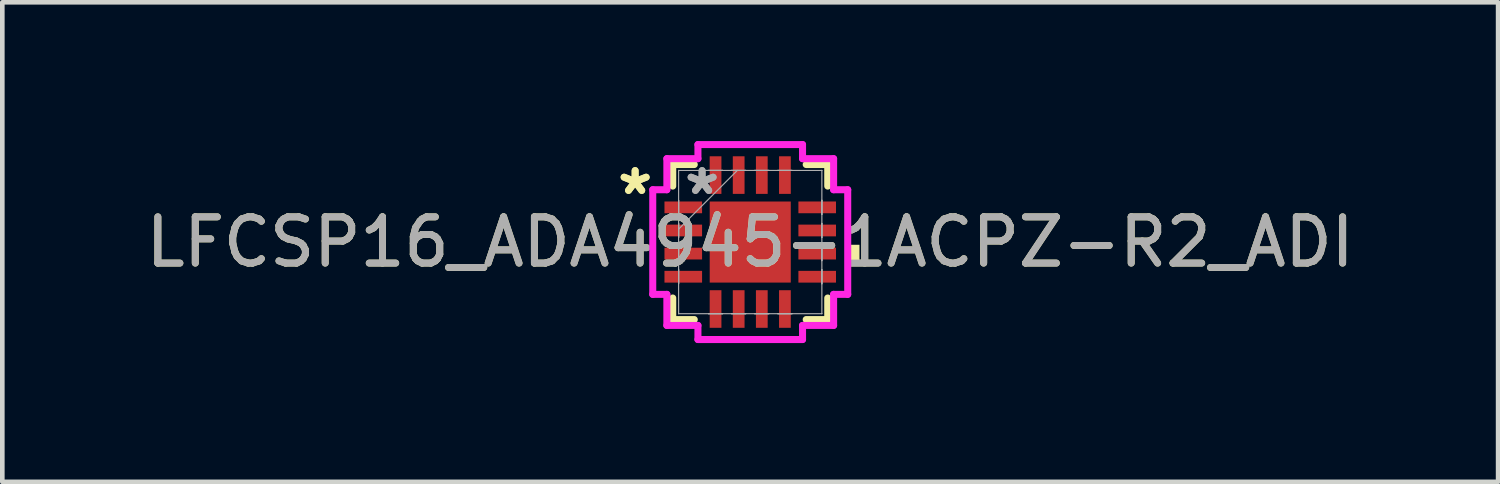
<source format=kicad_pcb>
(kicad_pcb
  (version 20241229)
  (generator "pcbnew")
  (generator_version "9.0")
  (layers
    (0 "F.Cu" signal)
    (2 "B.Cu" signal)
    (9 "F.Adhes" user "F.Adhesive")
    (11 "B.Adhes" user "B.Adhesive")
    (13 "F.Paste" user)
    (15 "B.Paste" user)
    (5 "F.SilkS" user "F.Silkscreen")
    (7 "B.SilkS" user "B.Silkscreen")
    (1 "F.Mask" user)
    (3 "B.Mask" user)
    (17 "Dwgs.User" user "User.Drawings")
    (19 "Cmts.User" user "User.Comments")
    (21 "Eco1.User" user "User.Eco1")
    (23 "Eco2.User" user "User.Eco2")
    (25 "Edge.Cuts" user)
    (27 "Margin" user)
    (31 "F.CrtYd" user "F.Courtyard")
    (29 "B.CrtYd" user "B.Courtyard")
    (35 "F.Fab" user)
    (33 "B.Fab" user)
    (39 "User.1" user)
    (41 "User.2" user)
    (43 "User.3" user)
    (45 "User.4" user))
  (footprint "LFCSP16_ADA4945-1ACPZ-R2_ADI"
    (layer "F.Cu")
    (at 13.173 2.184)
    (property "Reference" "LFCSP16_ADA4945-1ACPZ-R2_ADI" (at 0 0 0) (unlocked yes) (layer "F.SilkS") (effects (font (size 1 1) (thickness 0.15))))
    (attr smd)
    (fp_line (start -1.676 -1.676) (end -1.676 -1.21) (stroke (width 0.152) (type solid)) (layer "F.SilkS"))
    (fp_line (start -1.676 1.21) (end -1.676 1.676) (stroke (width 0.152) (type solid)) (layer "F.SilkS"))
    (fp_line (start -1.676 1.676) (end -1.21 1.676) (stroke (width 0.152) (type solid)) (layer "F.SilkS"))
    (fp_line (start -1.21 -1.676) (end -1.676 -1.676) (stroke (width 0.152) (type solid)) (layer "F.SilkS"))
    (fp_line (start 1.21 1.676) (end 1.676 1.676) (stroke (width 0.152) (type solid)) (layer "F.SilkS"))
    (fp_line (start 1.676 -1.676) (end 1.21 -1.676) (stroke (width 0.152) (type solid)) (layer "F.SilkS"))
    (fp_line (start 1.676 -1.21) (end 1.676 -1.676) (stroke (width 0.152) (type solid)) (layer "F.SilkS"))
    (fp_line (start 1.676 1.676) (end 1.676 1.21) (stroke (width 0.152) (type solid)) (layer "F.SilkS"))
    (fp_poly (pts (xy 2.362 0.059) (xy 2.362 0.441) (xy 2.108 0.441) (xy 2.108 0.059)) (stroke (width 0) (type solid)) (fill yes) (layer "F.SilkS"))
    (fp_line (start -2.108 -1.131) (end -1.803 -1.131) (stroke (width 0.152) (type solid)) (layer "F.CrtYd"))
    (fp_line (start -2.108 1.131) (end -2.108 -1.131) (stroke (width 0.152) (type solid)) (layer "F.CrtYd"))
    (fp_line (start -1.803 -1.803) (end -1.131 -1.803) (stroke (width 0.152) (type solid)) (layer "F.CrtYd"))
    (fp_line (start -1.803 -1.131) (end -1.803 -1.803) (stroke (width 0.152) (type solid)) (layer "F.CrtYd"))
    (fp_line (start -1.803 1.131) (end -2.108 1.131) (stroke (width 0.152) (type solid)) (layer "F.CrtYd"))
    (fp_line (start -1.803 1.803) (end -1.803 1.131) (stroke (width 0.152) (type solid)) (layer "F.CrtYd"))
    (fp_line (start -1.131 -2.108) (end 1.131 -2.108) (stroke (width 0.152) (type solid)) (layer "F.CrtYd"))
    (fp_line (start -1.131 -1.803) (end -1.131 -2.108) (stroke (width 0.152) (type solid)) (layer "F.CrtYd"))
    (fp_line (start -1.131 1.803) (end -1.803 1.803) (stroke (width 0.152) (type solid)) (layer "F.CrtYd"))
    (fp_line (start -1.131 2.108) (end -1.131 1.803) (stroke (width 0.152) (type solid)) (layer "F.CrtYd"))
    (fp_line (start 1.131 -2.108) (end 1.131 -1.803) (stroke (width 0.152) (type solid)) (layer "F.CrtYd"))
    (fp_line (start 1.131 -1.803) (end 1.803 -1.803) (stroke (width 0.152) (type solid)) (layer "F.CrtYd"))
    (fp_line (start 1.131 1.803) (end 1.131 2.108) (stroke (width 0.152) (type solid)) (layer "F.CrtYd"))
    (fp_line (start 1.131 2.108) (end -1.131 2.108) (stroke (width 0.152) (type solid)) (layer "F.CrtYd"))
    (fp_line (start 1.803 -1.803) (end 1.803 -1.131) (stroke (width 0.152) (type solid)) (layer "F.CrtYd"))
    (fp_line (start 1.803 -1.131) (end 2.108 -1.131) (stroke (width 0.152) (type solid)) (layer "F.CrtYd"))
    (fp_line (start 1.803 1.131) (end 1.803 1.803) (stroke (width 0.152) (type solid)) (layer "F.CrtYd"))
    (fp_line (start 1.803 1.803) (end 1.131 1.803) (stroke (width 0.152) (type solid)) (layer "F.CrtYd"))
    (fp_line (start 2.108 -1.131) (end 2.108 1.131) (stroke (width 0.152) (type solid)) (layer "F.CrtYd"))
    (fp_line (start 2.108 1.131) (end 1.803 1.131) (stroke (width 0.152) (type solid)) (layer "F.CrtYd"))
    (fp_line (start -1.549 -1.549) (end -1.549 -1.549) (stroke (width 0.025) (type solid)) (layer "F.Fab"))
    (fp_line (start -1.549 -1.549) (end -1.549 1.549) (stroke (width 0.025) (type solid)) (layer "F.Fab"))
    (fp_line (start -1.549 -0.902) (end -1.549 -0.902) (stroke (width 0.025) (type solid)) (layer "F.Fab"))
    (fp_line (start -1.549 -0.902) (end -1.549 -0.598) (stroke (width 0.025) (type solid)) (layer "F.Fab"))
    (fp_line (start -1.549 -0.598) (end -1.549 -0.902) (stroke (width 0.025) (type solid)) (layer "F.Fab"))
    (fp_line (start -1.549 -0.598) (end -1.549 -0.598) (stroke (width 0.025) (type solid)) (layer "F.Fab"))
    (fp_line (start -1.549 -0.402) (end -1.549 -0.402) (stroke (width 0.025) (type solid)) (layer "F.Fab"))
    (fp_line (start -1.549 -0.402) (end -1.549 -0.098) (stroke (width 0.025) (type solid)) (layer "F.Fab"))
    (fp_line (start -1.549 -0.279) (end -0.279 -1.549) (stroke (width 0.025) (type solid)) (layer "F.Fab"))
    (fp_line (start -1.549 -0.098) (end -1.549 -0.402) (stroke (width 0.025) (type solid)) (layer "F.Fab"))
    (fp_line (start -1.549 -0.098) (end -1.549 -0.098) (stroke (width 0.025) (type solid)) (layer "F.Fab"))
    (fp_line (start -1.549 0.098) (end -1.549 0.098) (stroke (width 0.025) (type solid)) (layer "F.Fab"))
    (fp_line (start -1.549 0.098) (end -1.549 0.402) (stroke (width 0.025) (type solid)) (layer "F.Fab"))
    (fp_line (start -1.549 0.402) (end -1.549 0.098) (stroke (width 0.025) (type solid)) (layer "F.Fab"))
    (fp_line (start -1.549 0.402) (end -1.549 0.402) (stroke (width 0.025) (type solid)) (layer "F.Fab"))
    (fp_line (start -1.549 0.598) (end -1.549 0.598) (stroke (width 0.025) (type solid)) (layer "F.Fab"))
    (fp_line (start -1.549 0.598) (end -1.549 0.902) (stroke (width 0.025) (type solid)) (layer "F.Fab"))
    (fp_line (start -1.549 0.902) (end -1.549 0.598) (stroke (width 0.025) (type solid)) (layer "F.Fab"))
    (fp_line (start -1.549 0.902) (end -1.549 0.902) (stroke (width 0.025) (type solid)) (layer "F.Fab"))
    (fp_line (start -1.549 1.549) (end -1.549 1.549) (stroke (width 0.025) (type solid)) (layer "F.Fab"))
    (fp_line (start -1.549 1.549) (end 1.549 1.549) (stroke (width 0.025) (type solid)) (layer "F.Fab"))
    (fp_line (start -0.902 -1.549) (end -0.902 -1.549) (stroke (width 0.025) (type solid)) (layer "F.Fab"))
    (fp_line (start -0.902 -1.549) (end -0.598 -1.549) (stroke (width 0.025) (type solid)) (layer "F.Fab"))
    (fp_line (start -0.902 1.549) (end -0.902 1.549) (stroke (width 0.025) (type solid)) (layer "F.Fab"))
    (fp_line (start -0.902 1.549) (end -0.598 1.549) (stroke (width 0.025) (type solid)) (layer "F.Fab"))
    (fp_line (start -0.598 -1.549) (end -0.902 -1.549) (stroke (width 0.025) (type solid)) (layer "F.Fab"))
    (fp_line (start -0.598 -1.549) (end -0.598 -1.549) (stroke (width 0.025) (type solid)) (layer "F.Fab"))
    (fp_line (start -0.598 1.549) (end -0.902 1.549) (stroke (width 0.025) (type solid)) (layer "F.Fab"))
    (fp_line (start -0.598 1.549) (end -0.598 1.549) (stroke (width 0.025) (type solid)) (layer "F.Fab"))
    (fp_line (start -0.402 -1.549) (end -0.402 -1.549) (stroke (width 0.025) (type solid)) (layer "F.Fab"))
    (fp_line (start -0.402 -1.549) (end -0.098 -1.549) (stroke (width 0.025) (type solid)) (layer "F.Fab"))
    (fp_line (start -0.402 1.549) (end -0.402 1.549) (stroke (width 0.025) (type solid)) (layer "F.Fab"))
    (fp_line (start -0.402 1.549) (end -0.098 1.549) (stroke (width 0.025) (type solid)) (layer "F.Fab"))
    (fp_line (start -0.098 -1.549) (end -0.402 -1.549) (stroke (width 0.025) (type solid)) (layer "F.Fab"))
    (fp_line (start -0.098 -1.549) (end -0.098 -1.549) (stroke (width 0.025) (type solid)) (layer "F.Fab"))
    (fp_line (start -0.098 1.549) (end -0.402 1.549) (stroke (width 0.025) (type solid)) (layer "F.Fab"))
    (fp_line (start -0.098 1.549) (end -0.098 1.549) (stroke (width 0.025) (type solid)) (layer "F.Fab"))
    (fp_line (start 0.098 -1.549) (end 0.098 -1.549) (stroke (width 0.025) (type solid)) (layer "F.Fab"))
    (fp_line (start 0.098 -1.549) (end 0.402 -1.549) (stroke (width 0.025) (type solid)) (layer "F.Fab"))
    (fp_line (start 0.098 1.549) (end 0.098 1.549) (stroke (width 0.025) (type solid)) (layer "F.Fab"))
    (fp_line (start 0.098 1.549) (end 0.402 1.549) (stroke (width 0.025) (type solid)) (layer "F.Fab"))
    (fp_line (start 0.402 -1.549) (end 0.098 -1.549) (stroke (width 0.025) (type solid)) (layer "F.Fab"))
    (fp_line (start 0.402 -1.549) (end 0.402 -1.549) (stroke (width 0.025) (type solid)) (layer "F.Fab"))
    (fp_line (start 0.402 1.549) (end 0.098 1.549) (stroke (width 0.025) (type solid)) (layer "F.Fab"))
    (fp_line (start 0.402 1.549) (end 0.402 1.549) (stroke (width 0.025) (type solid)) (layer "F.Fab"))
    (fp_line (start 0.598 -1.549) (end 0.598 -1.549) (stroke (width 0.025) (type solid)) (layer "F.Fab"))
    (fp_line (start 0.598 -1.549) (end 0.902 -1.549) (stroke (width 0.025) (type solid)) (layer "F.Fab"))
    (fp_line (start 0.598 1.549) (end 0.598 1.549) (stroke (width 0.025) (type solid)) (layer "F.Fab"))
    (fp_line (start 0.598 1.549) (end 0.902 1.549) (stroke (width 0.025) (type solid)) (layer "F.Fab"))
    (fp_line (start 0.902 -1.549) (end 0.598 -1.549) (stroke (width 0.025) (type solid)) (layer "F.Fab"))
    (fp_line (start 0.902 -1.549) (end 0.902 -1.549) (stroke (width 0.025) (type solid)) (layer "F.Fab"))
    (fp_line (start 0.902 1.549) (end 0.598 1.549) (stroke (width 0.025) (type solid)) (layer "F.Fab"))
    (fp_line (start 0.902 1.549) (end 0.902 1.549) (stroke (width 0.025) (type solid)) (layer "F.Fab"))
    (fp_line (start 1.549 -1.549) (end -1.549 -1.549) (stroke (width 0.025) (type solid)) (layer "F.Fab"))
    (fp_line (start 1.549 -1.549) (end 1.549 -1.549) (stroke (width 0.025) (type solid)) (layer "F.Fab"))
    (fp_line (start 1.549 -0.902) (end 1.549 -0.902) (stroke (width 0.025) (type solid)) (layer "F.Fab"))
    (fp_line (start 1.549 -0.902) (end 1.549 -0.598) (stroke (width 0.025) (type solid)) (layer "F.Fab"))
    (fp_line (start 1.549 -0.598) (end 1.549 -0.902) (stroke (width 0.025) (type solid)) (layer "F.Fab"))
    (fp_line (start 1.549 -0.598) (end 1.549 -0.598) (stroke (width 0.025) (type solid)) (layer "F.Fab"))
    (fp_line (start 1.549 -0.402) (end 1.549 -0.402) (stroke (width 0.025) (type solid)) (layer "F.Fab"))
    (fp_line (start 1.549 -0.402) (end 1.549 -0.098) (stroke (width 0.025) (type solid)) (layer "F.Fab"))
    (fp_line (start 1.549 -0.098) (end 1.549 -0.402) (stroke (width 0.025) (type solid)) (layer "F.Fab"))
    (fp_line (start 1.549 -0.098) (end 1.549 -0.098) (stroke (width 0.025) (type solid)) (layer "F.Fab"))
    (fp_line (start 1.549 0.098) (end 1.549 0.098) (stroke (width 0.025) (type solid)) (layer "F.Fab"))
    (fp_line (start 1.549 0.098) (end 1.549 0.402) (stroke (width 0.025) (type solid)) (layer "F.Fab"))
    (fp_line (start 1.549 0.402) (end 1.549 0.098) (stroke (width 0.025) (type solid)) (layer "F.Fab"))
    (fp_line (start 1.549 0.402) (end 1.549 0.402) (stroke (width 0.025) (type solid)) (layer "F.Fab"))
    (fp_line (start 1.549 0.598) (end 1.549 0.598) (stroke (width 0.025) (type solid)) (layer "F.Fab"))
    (fp_line (start 1.549 0.598) (end 1.549 0.902) (stroke (width 0.025) (type solid)) (layer "F.Fab"))
    (fp_line (start 1.549 0.902) (end 1.549 0.598) (stroke (width 0.025) (type solid)) (layer "F.Fab"))
    (fp_line (start 1.549 0.902) (end 1.549 0.902) (stroke (width 0.025) (type solid)) (layer "F.Fab"))
    (fp_line (start 1.549 1.549) (end 1.549 -1.549) (stroke (width 0.025) (type solid)) (layer "F.Fab"))
    (fp_line (start 1.549 1.549) (end 1.549 1.549) (stroke (width 0.025) (type solid)) (layer "F.Fab"))
    (fp_text user "*" (at -2.489 -1 0) (unlocked yes) (layer "F.SilkS") (effects (font (size 1 1) (thickness 0.15))))
    (fp_text user "*" (at -2.489 -1 0) (layer "F.SilkS") (effects (font (size 1 1) (thickness 0.15))))
    (fp_text user "${REFERENCE}" (at 0 0 0) (unlocked yes) (layer "F.Fab") (effects (font (size 1 1) (thickness 0.15))))
    (fp_text user "*" (at -1.041 -1 0) (unlocked yes) (layer "F.Fab") (effects (font (size 1 1) (thickness 0.15))))
    (fp_text user "*" (at -1.041 -1 0) (layer "F.Fab") (effects (font (size 1 1) (thickness 0.15))))
    (pad "1" smd rect (at -1.448 -0.75 90) (size 0.254 0.813) (layers "F.Cu" "F.Mask" "F.Paste"))
    (pad "2" smd rect (at -1.448 -0.25 90) (size 0.254 0.813) (layers "F.Cu" "F.Mask" "F.Paste"))
    (pad "3" smd rect (at -1.448 0.25 90) (size 0.254 0.813) (layers "F.Cu" "F.Mask" "F.Paste"))
    (pad "4" smd rect (at -1.448 0.75 90) (size 0.254 0.813) (layers "F.Cu" "F.Mask" "F.Paste"))
    (pad "5" smd rect (at -0.75 1.448) (size 0.254 0.813) (layers "F.Cu" "F.Mask" "F.Paste"))
    (pad "6" smd rect (at -0.25 1.448) (size 0.254 0.813) (layers "F.Cu" "F.Mask" "F.Paste"))
    (pad "7" smd rect (at 0.25 1.448) (size 0.254 0.813) (layers "F.Cu" "F.Mask" "F.Paste"))
    (pad "8" smd rect (at 0.75 1.448) (size 0.254 0.813) (layers "F.Cu" "F.Mask" "F.Paste"))
    (pad "9" smd rect (at 1.448 0.75 90) (size 0.254 0.813) (layers "F.Cu" "F.Mask" "F.Paste"))
    (pad "10" smd rect (at 1.448 0.25 90) (size 0.254 0.813) (layers "F.Cu" "F.Mask" "F.Paste"))
    (pad "11" smd rect (at 1.448 -0.25 90) (size 0.254 0.813) (layers "F.Cu" "F.Mask" "F.Paste"))
    (pad "12" smd rect (at 1.448 -0.75 90) (size 0.254 0.813) (layers "F.Cu" "F.Mask" "F.Paste"))
    (pad "13" smd rect (at 0.75 -1.448) (size 0.254 0.813) (layers "F.Cu" "F.Mask" "F.Paste"))
    (pad "14" smd rect (at 0.25 -1.448) (size 0.254 0.813) (layers "F.Cu" "F.Mask" "F.Paste"))
    (pad "15" smd rect (at -0.25 -1.448) (size 0.254 0.813) (layers "F.Cu" "F.Mask" "F.Paste"))
    (pad "16" smd rect (at -0.75 -1.448) (size 0.254 0.813) (layers "F.Cu" "F.Mask" "F.Paste"))
    (pad "17" smd rect (at 0 0) (size 1.753 1.753) (layers "F.Cu" "F.Mask" "F.Paste")))
  (gr_rect
    (start -3 -3)
    (end 29.345 7.369)
    (stroke (width 0.1) (type default))
    (fill no)
    (layer "Edge.Cuts")))
</source>
